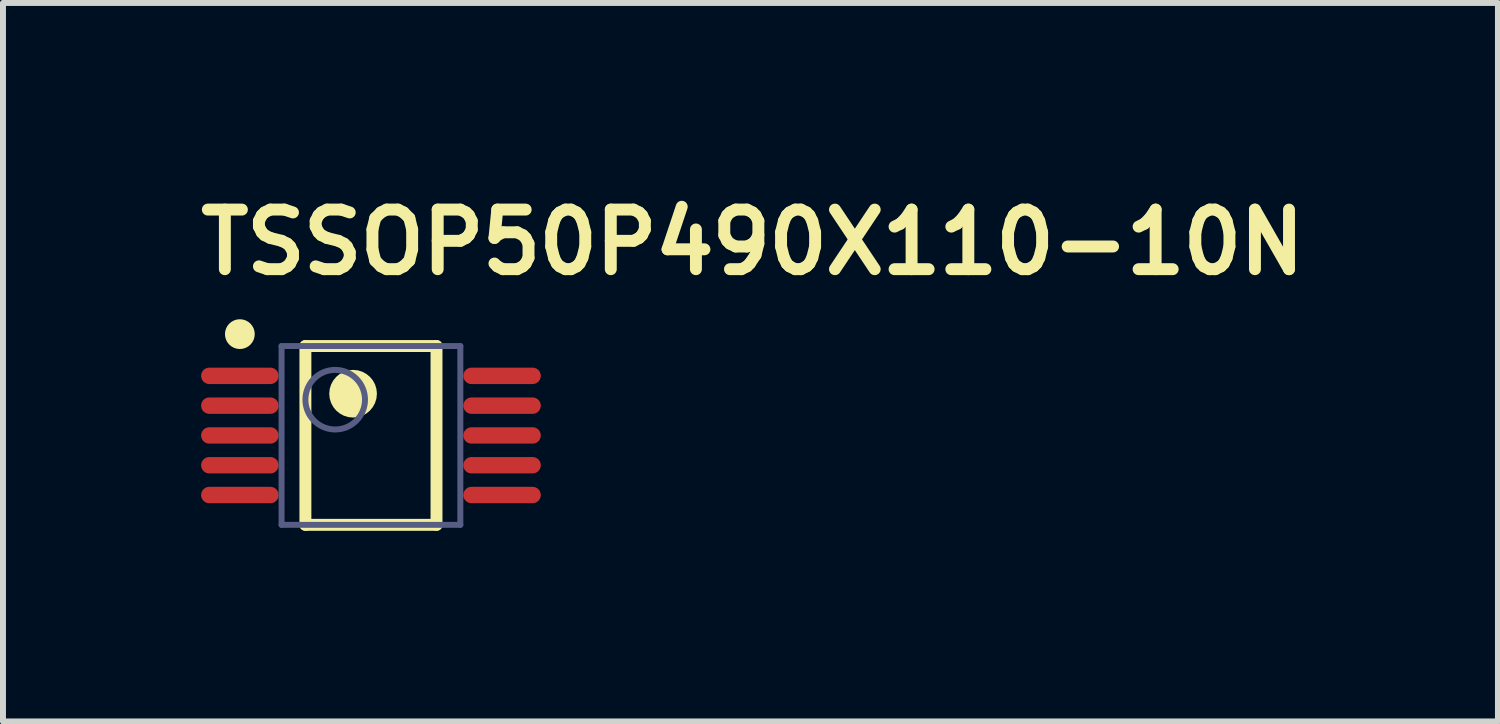
<source format=kicad_pcb>
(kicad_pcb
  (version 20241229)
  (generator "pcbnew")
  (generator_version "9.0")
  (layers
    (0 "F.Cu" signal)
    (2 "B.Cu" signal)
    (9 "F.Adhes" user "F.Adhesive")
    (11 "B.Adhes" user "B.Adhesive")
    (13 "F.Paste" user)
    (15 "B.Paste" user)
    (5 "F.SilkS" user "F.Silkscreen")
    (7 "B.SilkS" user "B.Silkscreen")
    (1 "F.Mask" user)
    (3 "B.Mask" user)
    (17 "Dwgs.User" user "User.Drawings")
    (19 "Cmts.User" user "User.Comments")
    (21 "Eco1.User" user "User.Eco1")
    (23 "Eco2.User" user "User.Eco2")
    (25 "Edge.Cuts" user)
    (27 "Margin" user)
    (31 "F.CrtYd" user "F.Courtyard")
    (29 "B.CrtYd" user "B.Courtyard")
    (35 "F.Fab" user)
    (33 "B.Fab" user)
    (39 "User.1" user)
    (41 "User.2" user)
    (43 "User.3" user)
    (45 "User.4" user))
  (footprint "TSSOP50P490X110-10N"
    (layer "F.Cu")
    (at 3.175 4.257)
    (property "Reference" "TSSOP50P490X110-10N" (at -2.964 -2.657 0) (unlocked yes) (layer "F.SilkS") (effects (font (size 1 1) (thickness 0.2)) (justify left bottom)))
    (fp_line (start -1.1 -1.5) (end 1.1 -1.5) (stroke (width 0.2) (type solid)) (layer "F.SilkS"))
    (fp_line (start -1.1 1.5) (end -1.1 -1.5) (stroke (width 0.2) (type solid)) (layer "F.SilkS"))
    (fp_line (start -1.1 1.5) (end 1.1 1.5) (stroke (width 0.2) (type solid)) (layer "F.SilkS"))
    (fp_line (start 1.1 1.5) (end 1.1 -1.5) (stroke (width 0.2) (type solid)) (layer "F.SilkS"))
    (fp_circle (center -2.2 -1.7) (end -2.2 -1.825) (stroke (width 0.25) (type solid)) (fill no) (layer "F.SilkS"))
    (fp_circle (center -0.3 -0.7) (end -0.3 -0.9) (stroke (width 0.4) (type solid)) (fill no) (layer "F.SilkS"))
    (fp_line (start -3.125 -1.75) (end 3.125 -1.75) (stroke (width 0.1) (type solid)) (layer "Eco1.User"))
    (fp_line (start -3.125 1.75) (end -3.125 -1.75) (stroke (width 0.1) (type solid)) (layer "Eco1.User"))
    (fp_line (start -3.125 1.75) (end 3.125 1.75) (stroke (width 0.1) (type solid)) (layer "Eco1.User"))
    (fp_line (start -0.5 0) (end 0.5 0) (stroke (width 0.1) (type solid)) (layer "Eco1.User"))
    (fp_line (start 0 0.5) (end 0 -0.5) (stroke (width 0.1) (type solid)) (layer "Eco1.User"))
    (fp_line (start 3.125 1.75) (end 3.125 -1.75) (stroke (width 0.1) (type solid)) (layer "Eco1.User"))
    (fp_line (start -1.5 -1.5) (end 1.5 -1.5) (stroke (width 0.1) (type solid)) (layer "B.Fab"))
    (fp_line (start -1.5 1.5) (end -1.5 -1.5) (stroke (width 0.1) (type solid)) (layer "B.Fab"))
    (fp_line (start -1.5 1.5) (end 1.5 1.5) (stroke (width 0.1) (type solid)) (layer "B.Fab"))
    (fp_line (start 1.5 1.5) (end 1.5 -1.5) (stroke (width 0.1) (type solid)) (layer "B.Fab"))
    (fp_circle (center -0.6 -0.6) (end -0.6 -1.1) (stroke (width 0.1) (type solid)) (fill no) (layer "B.Fab"))
    (pad "1" smd oval (at -2.2 -1 90) (size 0.275 1.3) (layers "F.Cu" "F.Mask" "F.Paste"))
    (pad "2" smd oval (at -2.2 -0.5 90) (size 0.275 1.3) (layers "F.Cu" "F.Mask" "F.Paste"))
    (pad "3" smd oval (at -2.2 0 90) (size 0.275 1.3) (layers "F.Cu" "F.Mask" "F.Paste"))
    (pad "4" smd oval (at -2.2 0.5 90) (size 0.275 1.3) (layers "F.Cu" "F.Mask" "F.Paste"))
    (pad "5" smd oval (at -2.2 1 90) (size 0.275 1.3) (layers "F.Cu" "F.Mask" "F.Paste"))
    (pad "6" smd oval (at 2.2 1 90) (size 0.275 1.3) (layers "F.Cu" "F.Mask" "F.Paste"))
    (pad "7" smd oval (at 2.2 0.5 90) (size 0.275 1.3) (layers "F.Cu" "F.Mask" "F.Paste"))
    (pad "8" smd oval (at 2.2 0 90) (size 0.275 1.3) (layers "F.Cu" "F.Mask" "F.Paste"))
    (pad "9" smd oval (at 2.2 -0.5 90) (size 0.275 1.3) (layers "F.Cu" "F.Mask" "F.Paste"))
    (pad "10" smd oval (at 2.2 -1 90) (size 0.275 1.3) (layers "F.Cu" "F.Mask" "F.Paste")))
  (gr_rect
    (start -3 -3)
    (end 22.087 9.057)
    (stroke (width 0.1) (type default))
    (fill no)
    (layer "Edge.Cuts")))
</source>
